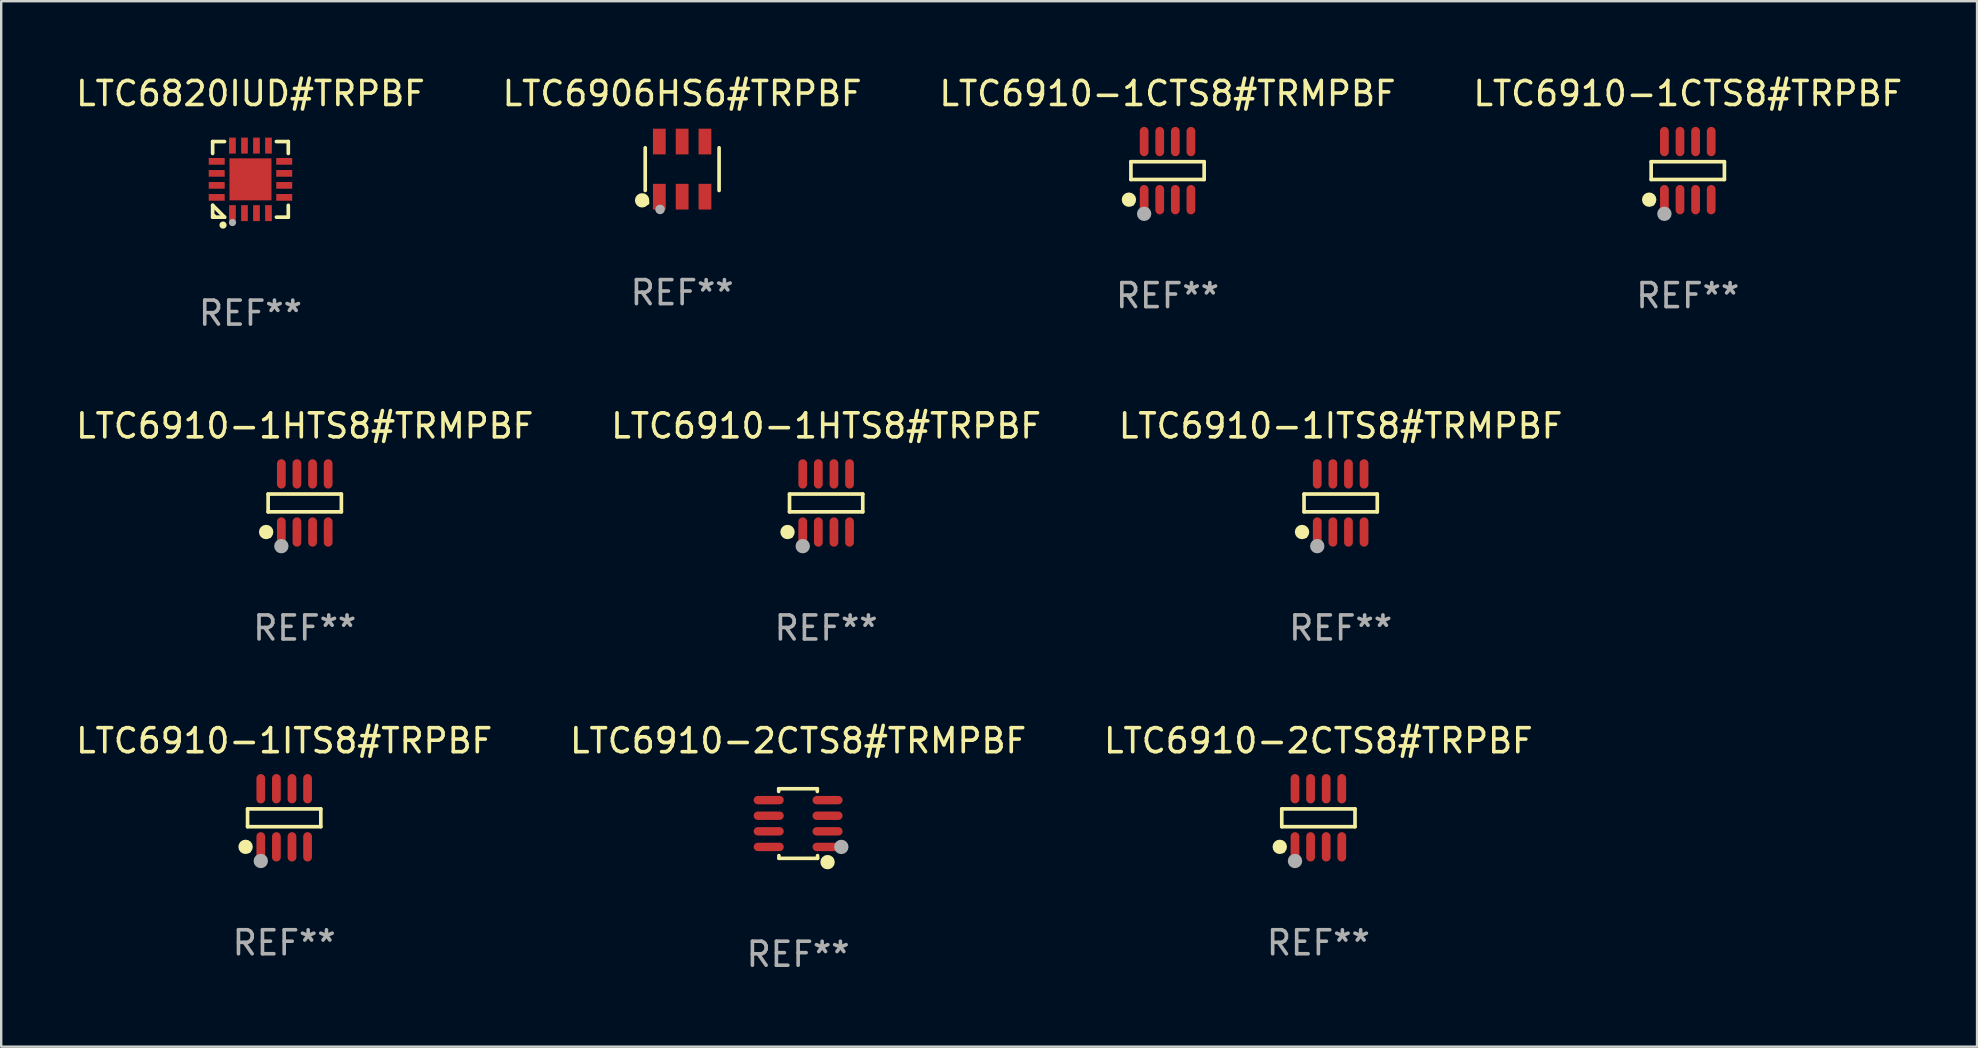
<source format=kicad_pcb>
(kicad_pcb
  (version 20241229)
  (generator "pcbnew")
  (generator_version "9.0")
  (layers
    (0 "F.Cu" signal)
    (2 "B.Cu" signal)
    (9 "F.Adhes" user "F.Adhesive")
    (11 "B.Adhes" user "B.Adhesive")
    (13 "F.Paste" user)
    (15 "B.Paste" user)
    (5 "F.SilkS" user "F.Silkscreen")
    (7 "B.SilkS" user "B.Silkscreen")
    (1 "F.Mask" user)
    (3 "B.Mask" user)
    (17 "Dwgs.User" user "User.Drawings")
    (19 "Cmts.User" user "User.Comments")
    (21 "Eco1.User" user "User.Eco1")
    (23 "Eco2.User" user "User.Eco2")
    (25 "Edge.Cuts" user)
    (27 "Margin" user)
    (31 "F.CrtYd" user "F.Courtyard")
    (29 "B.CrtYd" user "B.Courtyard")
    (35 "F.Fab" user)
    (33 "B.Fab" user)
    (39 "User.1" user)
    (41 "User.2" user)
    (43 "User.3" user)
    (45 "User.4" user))
  (footprint "LTC6910-2CTS8#TRMPBF"
    (layer "F.Cu")
    (at 30.208 31.266)
    (property "Reference" "LTC6910-2CTS8#TRMPBF" (at 0 -3.45 0) (layer "F.SilkS") (effects (font (size 1 1) (thickness 0.15))))
    (attr through_hole)
    (fp_line (start -0.81 -1.45) (end 0.8 -1.45) (stroke (width 0.15) (type solid)) (layer "F.SilkS"))
    (fp_line (start -0.81 -1.336) (end -0.81 -1.45) (stroke (width 0.15) (type solid)) (layer "F.SilkS"))
    (fp_line (start -0.8 1.45) (end -0.8 1.336) (stroke (width 0.15) (type solid)) (layer "F.SilkS"))
    (fp_line (start 0.8 -1.45) (end 0.8 -1.336) (stroke (width 0.15) (type solid)) (layer "F.SilkS"))
    (fp_line (start 0.81 1.336) (end 0.81 1.45) (stroke (width 0.15) (type solid)) (layer "F.SilkS"))
    (fp_line (start 0.81 1.45) (end -0.8 1.45) (stroke (width 0.15) (type solid)) (layer "F.SilkS"))
    (fp_circle (center 1.226 1.609) (end 1.376 1.609) (stroke (width 0.3) (type solid)) (fill no) (layer "F.SilkS"))
    (fp_circle (center 1.4 1.45) (end 1.43 1.45) (stroke (width 0.06) (type solid)) (fill no) (layer "F.SilkS"))
    (fp_circle (center 1.8 0.975) (end 1.95 0.975) (stroke (width 0.3) (type solid)) (fill no) (layer "F.Fab"))
    (fp_text user "REF**" (at 0 5.45 0) (layer "F.Fab") (effects (font (size 1 1) (thickness 0.15))))
    (pad "1" smd oval (at 1.226 0.975) (size 1.252 0.35) (layers "F.Cu" "F.Mask" "F.Paste"))
    (pad "2" smd oval (at 1.226 0.325) (size 1.252 0.35) (layers "F.Cu" "F.Mask" "F.Paste"))
    (pad "3" smd oval (at 1.226 -0.325) (size 1.252 0.35) (layers "F.Cu" "F.Mask" "F.Paste"))
    (pad "4" smd oval (at 1.226 -0.975) (size 1.252 0.35) (layers "F.Cu" "F.Mask" "F.Paste"))
    (pad "5" smd oval (at -1.226 -0.975) (size 1.252 0.35) (layers "F.Cu" "F.Mask" "F.Paste"))
    (pad "6" smd oval (at -1.226 -0.325) (size 1.252 0.35) (layers "F.Cu" "F.Mask" "F.Paste"))
    (pad "7" smd oval (at -1.226 0.325) (size 1.252 0.35) (layers "F.Cu" "F.Mask" "F.Paste"))
    (pad "8" smd oval (at -1.226 0.975) (size 1.252 0.35) (layers "F.Cu" "F.Mask" "F.Paste")))
  (footprint "LTC6910-1HTS8#TRPBF"
    (layer "F.Cu")
    (at 31.375 17.908)
    (property "Reference" "LTC6910-1HTS8#TRPBF" (at 0 -3.211 0) (layer "F.SilkS") (effects (font (size 1 1) (thickness 0.15))))
    (attr through_hole)
    (fp_line (start -1.526 -0.371) (end 1.526 -0.371) (stroke (width 0.152) (type solid)) (layer "F.SilkS"))
    (fp_line (start -1.526 0.371) (end -1.526 -0.371) (stroke (width 0.152) (type solid)) (layer "F.SilkS"))
    (fp_line (start 1.526 -0.371) (end 1.526 0.371) (stroke (width 0.152) (type solid)) (layer "F.SilkS"))
    (fp_line (start 1.526 0.371) (end -1.526 0.371) (stroke (width 0.152) (type solid)) (layer "F.SilkS"))
    (fp_circle (center -1.609 1.211) (end -1.459 1.211) (stroke (width 0.3) (type solid)) (fill no) (layer "F.SilkS"))
    (fp_circle (center -1.45 1.4) (end -1.42 1.4) (stroke (width 0.06) (type solid)) (fill no) (layer "F.SilkS"))
    (fp_circle (center -0.975 1.8) (end -0.825 1.8) (stroke (width 0.3) (type solid)) (fill no) (layer "F.Fab"))
    (fp_text user "REF**" (at 0 5.211 0) (layer "F.Fab") (effects (font (size 1 1) (thickness 0.15))))
    (pad "1" smd oval (at -0.975 1.211) (size 0.364 1.222) (layers "F.Cu" "F.Mask" "F.Paste"))
    (pad "2" smd oval (at -0.325 1.211) (size 0.364 1.222) (layers "F.Cu" "F.Mask" "F.Paste"))
    (pad "3" smd oval (at 0.325 1.211) (size 0.364 1.222) (layers "F.Cu" "F.Mask" "F.Paste"))
    (pad "4" smd oval (at 0.975 1.211) (size 0.364 1.222) (layers "F.Cu" "F.Mask" "F.Paste"))
    (pad "5" smd oval (at 0.975 -1.211) (size 0.364 1.222) (layers "F.Cu" "F.Mask" "F.Paste"))
    (pad "6" smd oval (at 0.325 -1.211) (size 0.364 1.222) (layers "F.Cu" "F.Mask" "F.Paste"))
    (pad "7" smd oval (at -0.325 -1.211) (size 0.364 1.222) (layers "F.Cu" "F.Mask" "F.Paste"))
    (pad "8" smd oval (at -0.975 -1.211) (size 0.364 1.222) (layers "F.Cu" "F.Mask" "F.Paste")))
  (footprint "LTC6910-1ITS8#TRMPBF"
    (layer "F.Cu")
    (at 52.815 17.908)
    (property "Reference" "LTC6910-1ITS8#TRMPBF" (at 0 -3.211 0) (layer "F.SilkS") (effects (font (size 1 1) (thickness 0.15))))
    (attr through_hole)
    (fp_line (start -1.526 -0.371) (end 1.526 -0.371) (stroke (width 0.152) (type solid)) (layer "F.SilkS"))
    (fp_line (start -1.526 0.371) (end -1.526 -0.371) (stroke (width 0.152) (type solid)) (layer "F.SilkS"))
    (fp_line (start 1.526 -0.371) (end 1.526 0.371) (stroke (width 0.152) (type solid)) (layer "F.SilkS"))
    (fp_line (start 1.526 0.371) (end -1.526 0.371) (stroke (width 0.152) (type solid)) (layer "F.SilkS"))
    (fp_circle (center -1.609 1.211) (end -1.459 1.211) (stroke (width 0.3) (type solid)) (fill no) (layer "F.SilkS"))
    (fp_circle (center -1.45 1.4) (end -1.42 1.4) (stroke (width 0.06) (type solid)) (fill no) (layer "F.SilkS"))
    (fp_circle (center -0.975 1.8) (end -0.825 1.8) (stroke (width 0.3) (type solid)) (fill no) (layer "F.Fab"))
    (fp_text user "REF**" (at 0 5.211 0) (layer "F.Fab") (effects (font (size 1 1) (thickness 0.15))))
    (pad "1" smd oval (at -0.975 1.211) (size 0.364 1.222) (layers "F.Cu" "F.Mask" "F.Paste"))
    (pad "2" smd oval (at -0.325 1.211) (size 0.364 1.222) (layers "F.Cu" "F.Mask" "F.Paste"))
    (pad "3" smd oval (at 0.325 1.211) (size 0.364 1.222) (layers "F.Cu" "F.Mask" "F.Paste"))
    (pad "4" smd oval (at 0.975 1.211) (size 0.364 1.222) (layers "F.Cu" "F.Mask" "F.Paste"))
    (pad "5" smd oval (at 0.975 -1.211) (size 0.364 1.222) (layers "F.Cu" "F.Mask" "F.Paste"))
    (pad "6" smd oval (at 0.325 -1.211) (size 0.364 1.222) (layers "F.Cu" "F.Mask" "F.Paste"))
    (pad "7" smd oval (at -0.325 -1.211) (size 0.364 1.222) (layers "F.Cu" "F.Mask" "F.Paste"))
    (pad "8" smd oval (at -0.975 -1.211) (size 0.364 1.222) (layers "F.Cu" "F.Mask" "F.Paste")))
  (footprint "LTC6906HS6#TRPBF"
    (layer "F.Cu")
    (at 25.375 3.997)
    (property "Reference" "LTC6906HS6#TRPBF" (at 0 -3.149 0) (layer "F.SilkS") (effects (font (size 1 1) (thickness 0.15))))
    (attr through_hole)
    (fp_line (start -1.539 0.889) (end -1.539 -0.889) (stroke (width 0.152) (type solid)) (layer "F.SilkS"))
    (fp_line (start 1.539 0.889) (end 1.539 -0.889) (stroke (width 0.152) (type solid)) (layer "F.SilkS"))
    (fp_circle (center -1.668 1.301) (end -1.518 1.301) (stroke (width 0.3) (type solid)) (fill no) (layer "F.SilkS"))
    (fp_circle (center -1.463 1.4) (end -1.413 1.4) (stroke (width 0.1) (type solid)) (fill no) (layer "F.SilkS"))
    (fp_circle (center -0.92 1.68) (end -0.82 1.68) (stroke (width 0.2) (type solid)) (fill no) (layer "F.Fab"))
    (fp_text user "REF**" (at 0 5.149 0) (layer "F.Fab") (effects (font (size 1 1) (thickness 0.15))))
    (pad "1" smd rect (at -0.95 1.149) (size 0.532 1.072) (layers "F.Cu" "F.Mask" "F.Paste"))
    (pad "2" smd rect (at 0 1.149) (size 0.532 1.072) (layers "F.Cu" "F.Mask" "F.Paste"))
    (pad "3" smd rect (at 0.95 1.149) (size 0.532 1.072) (layers "F.Cu" "F.Mask" "F.Paste"))
    (pad "4" smd rect (at 0.95 -1.149) (size 0.532 1.072) (layers "F.Cu" "F.Mask" "F.Paste"))
    (pad "5" smd rect (at 0 -1.149) (size 0.532 1.072) (layers "F.Cu" "F.Mask" "F.Paste"))
    (pad "6" smd rect (at -0.95 -1.149) (size 0.532 1.072) (layers "F.Cu" "F.Mask" "F.Paste")))
  (footprint "LTC6910-2CTS8#TRPBF"
    (layer "F.Cu")
    (at 51.887 31.027)
    (property "Reference" "LTC6910-2CTS8#TRPBF" (at 0 -3.211 0) (layer "F.SilkS") (effects (font (size 1 1) (thickness 0.15))))
    (attr through_hole)
    (fp_line (start -1.526 -0.371) (end 1.526 -0.371) (stroke (width 0.152) (type solid)) (layer "F.SilkS"))
    (fp_line (start -1.526 0.371) (end -1.526 -0.371) (stroke (width 0.152) (type solid)) (layer "F.SilkS"))
    (fp_line (start 1.526 -0.371) (end 1.526 0.371) (stroke (width 0.152) (type solid)) (layer "F.SilkS"))
    (fp_line (start 1.526 0.371) (end -1.526 0.371) (stroke (width 0.152) (type solid)) (layer "F.SilkS"))
    (fp_circle (center -1.609 1.211) (end -1.459 1.211) (stroke (width 0.3) (type solid)) (fill no) (layer "F.SilkS"))
    (fp_circle (center -1.45 1.4) (end -1.42 1.4) (stroke (width 0.06) (type solid)) (fill no) (layer "F.SilkS"))
    (fp_circle (center -0.975 1.8) (end -0.825 1.8) (stroke (width 0.3) (type solid)) (fill no) (layer "F.Fab"))
    (fp_text user "REF**" (at 0 5.211 0) (layer "F.Fab") (effects (font (size 1 1) (thickness 0.15))))
    (pad "1" smd oval (at -0.975 1.211) (size 0.364 1.222) (layers "F.Cu" "F.Mask" "F.Paste"))
    (pad "2" smd oval (at -0.325 1.211) (size 0.364 1.222) (layers "F.Cu" "F.Mask" "F.Paste"))
    (pad "3" smd oval (at 0.325 1.211) (size 0.364 1.222) (layers "F.Cu" "F.Mask" "F.Paste"))
    (pad "4" smd oval (at 0.975 1.211) (size 0.364 1.222) (layers "F.Cu" "F.Mask" "F.Paste"))
    (pad "5" smd oval (at 0.975 -1.211) (size 0.364 1.222) (layers "F.Cu" "F.Mask" "F.Paste"))
    (pad "6" smd oval (at 0.325 -1.211) (size 0.364 1.222) (layers "F.Cu" "F.Mask" "F.Paste"))
    (pad "7" smd oval (at -0.325 -1.211) (size 0.364 1.222) (layers "F.Cu" "F.Mask" "F.Paste"))
    (pad "8" smd oval (at -0.975 -1.211) (size 0.364 1.222) (layers "F.Cu" "F.Mask" "F.Paste")))
  (footprint "LTC6820IUD#TRPBF"
    (layer "F.Cu")
    (at 7.387 4.424)
    (property "Reference" "LTC6820IUD#TRPBF" (at 0 -3.576 0) (layer "F.SilkS") (effects (font (size 1 1) (thickness 0.15))))
    (attr through_hole)
    (fp_line (start -1.576 -1.576) (end -1.08 -1.576) (stroke (width 0.152) (type solid)) (layer "F.SilkS"))
    (fp_line (start -1.576 -1.08) (end -1.576 -1.576) (stroke (width 0.152) (type solid)) (layer "F.SilkS"))
    (fp_line (start -1.576 1.08) (end -1.576 1.576) (stroke (width 0.152) (type solid)) (layer "F.SilkS"))
    (fp_line (start -1.576 1.576) (end -1.08 1.576) (stroke (width 0.152) (type solid)) (layer "F.SilkS"))
    (fp_line (start -1.08 1.576) (end -1.576 1.08) (stroke (width 0.152) (type solid)) (layer "F.SilkS"))
    (fp_line (start 1.576 -1.576) (end 1.08 -1.576) (stroke (width 0.152) (type solid)) (layer "F.SilkS"))
    (fp_line (start 1.576 -1.08) (end 1.576 -1.576) (stroke (width 0.152) (type solid)) (layer "F.SilkS"))
    (fp_line (start 1.576 1.08) (end 1.576 1.576) (stroke (width 0.152) (type solid)) (layer "F.SilkS"))
    (fp_line (start 1.576 1.576) (end 1.08 1.576) (stroke (width 0.152) (type solid)) (layer "F.SilkS"))
    (fp_circle (center -1.5 1.5) (end -1.47 1.5) (stroke (width 0.06) (type solid)) (fill no) (layer "F.SilkS"))
    (fp_circle (center -1.143 1.905) (end -1.068 1.905) (stroke (width 0.15) (type solid)) (fill no) (layer "F.SilkS"))
    (fp_circle (center -0.75 1.8) (end -0.675 1.8) (stroke (width 0.15) (type solid)) (fill no) (layer "F.Fab"))
    (fp_text user "REF**" (at 0 5.576 0) (layer "F.Fab") (effects (font (size 1 1) (thickness 0.15))))
    (pad "1" smd rect (at -0.75 1.407) (size 0.28 0.665) (layers "F.Cu" "F.Mask" "F.Paste"))
    (pad "2" smd rect (at -0.25 1.407) (size 0.28 0.665) (layers "F.Cu" "F.Mask" "F.Paste"))
    (pad "3" smd rect (at 0.25 1.407) (size 0.28 0.665) (layers "F.Cu" "F.Mask" "F.Paste"))
    (pad "4" smd rect (at 0.75 1.407) (size 0.28 0.665) (layers "F.Cu" "F.Mask" "F.Paste"))
    (pad "5" smd rect (at 1.407 0.75) (size 0.665 0.28) (layers "F.Cu" "F.Mask" "F.Paste"))
    (pad "6" smd rect (at 1.407 0.25) (size 0.665 0.28) (layers "F.Cu" "F.Mask" "F.Paste"))
    (pad "7" smd rect (at 1.407 -0.25) (size 0.665 0.28) (layers "F.Cu" "F.Mask" "F.Paste"))
    (pad "8" smd rect (at 1.407 -0.75) (size 0.665 0.28) (layers "F.Cu" "F.Mask" "F.Paste"))
    (pad "9" smd rect (at 0.75 -1.407) (size 0.28 0.665) (layers "F.Cu" "F.Mask" "F.Paste"))
    (pad "10" smd rect (at 0.25 -1.407) (size 0.28 0.665) (layers "F.Cu" "F.Mask" "F.Paste"))
    (pad "11" smd rect (at -0.25 -1.407) (size 0.28 0.665) (layers "F.Cu" "F.Mask" "F.Paste"))
    (pad "12" smd rect (at -0.75 -1.407) (size 0.28 0.665) (layers "F.Cu" "F.Mask" "F.Paste"))
    (pad "13" smd rect (at -1.407 -0.75) (size 0.665 0.28) (layers "F.Cu" "F.Mask" "F.Paste"))
    (pad "14" smd rect (at -1.407 -0.25) (size 0.665 0.28) (layers "F.Cu" "F.Mask" "F.Paste"))
    (pad "15" smd rect (at -1.407 0.25) (size 0.665 0.28) (layers "F.Cu" "F.Mask" "F.Paste"))
    (pad "16" smd rect (at -1.407 0.75) (size 0.665 0.28) (layers "F.Cu" "F.Mask" "F.Paste"))
    (pad "17" smd rect (at 0 0) (size 1.75 1.75) (layers "F.Cu" "F.Mask" "F.Paste")))
  (footprint "LTC6910-1CTS8#TRMPBF"
    (layer "F.Cu")
    (at 45.601 4.059)
    (property "Reference" "LTC6910-1CTS8#TRMPBF" (at 0 -3.211 0) (layer "F.SilkS") (effects (font (size 1 1) (thickness 0.15))))
    (attr through_hole)
    (fp_line (start -1.526 -0.371) (end 1.526 -0.371) (stroke (width 0.152) (type solid)) (layer "F.SilkS"))
    (fp_line (start -1.526 0.371) (end -1.526 -0.371) (stroke (width 0.152) (type solid)) (layer "F.SilkS"))
    (fp_line (start 1.526 -0.371) (end 1.526 0.371) (stroke (width 0.152) (type solid)) (layer "F.SilkS"))
    (fp_line (start 1.526 0.371) (end -1.526 0.371) (stroke (width 0.152) (type solid)) (layer "F.SilkS"))
    (fp_circle (center -1.609 1.211) (end -1.459 1.211) (stroke (width 0.3) (type solid)) (fill no) (layer "F.SilkS"))
    (fp_circle (center -1.45 1.4) (end -1.42 1.4) (stroke (width 0.06) (type solid)) (fill no) (layer "F.SilkS"))
    (fp_circle (center -0.975 1.8) (end -0.825 1.8) (stroke (width 0.3) (type solid)) (fill no) (layer "F.Fab"))
    (fp_text user "REF**" (at 0 5.211 0) (layer "F.Fab") (effects (font (size 1 1) (thickness 0.15))))
    (pad "1" smd oval (at -0.975 1.211) (size 0.364 1.222) (layers "F.Cu" "F.Mask" "F.Paste"))
    (pad "2" smd oval (at -0.325 1.211) (size 0.364 1.222) (layers "F.Cu" "F.Mask" "F.Paste"))
    (pad "3" smd oval (at 0.325 1.211) (size 0.364 1.222) (layers "F.Cu" "F.Mask" "F.Paste"))
    (pad "4" smd oval (at 0.975 1.211) (size 0.364 1.222) (layers "F.Cu" "F.Mask" "F.Paste"))
    (pad "5" smd oval (at 0.975 -1.211) (size 0.364 1.222) (layers "F.Cu" "F.Mask" "F.Paste"))
    (pad "6" smd oval (at 0.325 -1.211) (size 0.364 1.222) (layers "F.Cu" "F.Mask" "F.Paste"))
    (pad "7" smd oval (at -0.325 -1.211) (size 0.364 1.222) (layers "F.Cu" "F.Mask" "F.Paste"))
    (pad "8" smd oval (at -0.975 -1.211) (size 0.364 1.222) (layers "F.Cu" "F.Mask" "F.Paste")))
  (footprint "LTC6910-1HTS8#TRMPBF"
    (layer "F.Cu")
    (at 9.649 17.908)
    (property "Reference" "LTC6910-1HTS8#TRMPBF" (at 0 -3.211 0) (layer "F.SilkS") (effects (font (size 1 1) (thickness 0.15))))
    (attr through_hole)
    (fp_line (start -1.526 -0.371) (end 1.526 -0.371) (stroke (width 0.152) (type solid)) (layer "F.SilkS"))
    (fp_line (start -1.526 0.371) (end -1.526 -0.371) (stroke (width 0.152) (type solid)) (layer "F.SilkS"))
    (fp_line (start 1.526 -0.371) (end 1.526 0.371) (stroke (width 0.152) (type solid)) (layer "F.SilkS"))
    (fp_line (start 1.526 0.371) (end -1.526 0.371) (stroke (width 0.152) (type solid)) (layer "F.SilkS"))
    (fp_circle (center -1.609 1.211) (end -1.459 1.211) (stroke (width 0.3) (type solid)) (fill no) (layer "F.SilkS"))
    (fp_circle (center -1.45 1.4) (end -1.42 1.4) (stroke (width 0.06) (type solid)) (fill no) (layer "F.SilkS"))
    (fp_circle (center -0.975 1.8) (end -0.825 1.8) (stroke (width 0.3) (type solid)) (fill no) (layer "F.Fab"))
    (fp_text user "REF**" (at 0 5.211 0) (layer "F.Fab") (effects (font (size 1 1) (thickness 0.15))))
    (pad "1" smd oval (at -0.975 1.211) (size 0.364 1.222) (layers "F.Cu" "F.Mask" "F.Paste"))
    (pad "2" smd oval (at -0.325 1.211) (size 0.364 1.222) (layers "F.Cu" "F.Mask" "F.Paste"))
    (pad "3" smd oval (at 0.325 1.211) (size 0.364 1.222) (layers "F.Cu" "F.Mask" "F.Paste"))
    (pad "4" smd oval (at 0.975 1.211) (size 0.364 1.222) (layers "F.Cu" "F.Mask" "F.Paste"))
    (pad "5" smd oval (at 0.975 -1.211) (size 0.364 1.222) (layers "F.Cu" "F.Mask" "F.Paste"))
    (pad "6" smd oval (at 0.325 -1.211) (size 0.364 1.222) (layers "F.Cu" "F.Mask" "F.Paste"))
    (pad "7" smd oval (at -0.325 -1.211) (size 0.364 1.222) (layers "F.Cu" "F.Mask" "F.Paste"))
    (pad "8" smd oval (at -0.975 -1.211) (size 0.364 1.222) (layers "F.Cu" "F.Mask" "F.Paste")))
  (footprint "LTC6910-1ITS8#TRPBF"
    (layer "F.Cu")
    (at 8.792 31.027)
    (property "Reference" "LTC6910-1ITS8#TRPBF" (at 0 -3.211 0) (layer "F.SilkS") (effects (font (size 1 1) (thickness 0.15))))
    (attr through_hole)
    (fp_line (start -1.526 -0.371) (end 1.526 -0.371) (stroke (width 0.152) (type solid)) (layer "F.SilkS"))
    (fp_line (start -1.526 0.371) (end -1.526 -0.371) (stroke (width 0.152) (type solid)) (layer "F.SilkS"))
    (fp_line (start 1.526 -0.371) (end 1.526 0.371) (stroke (width 0.152) (type solid)) (layer "F.SilkS"))
    (fp_line (start 1.526 0.371) (end -1.526 0.371) (stroke (width 0.152) (type solid)) (layer "F.SilkS"))
    (fp_circle (center -1.609 1.211) (end -1.459 1.211) (stroke (width 0.3) (type solid)) (fill no) (layer "F.SilkS"))
    (fp_circle (center -1.45 1.4) (end -1.42 1.4) (stroke (width 0.06) (type solid)) (fill no) (layer "F.SilkS"))
    (fp_circle (center -0.975 1.8) (end -0.825 1.8) (stroke (width 0.3) (type solid)) (fill no) (layer "F.Fab"))
    (fp_text user "REF**" (at 0 5.211 0) (layer "F.Fab") (effects (font (size 1 1) (thickness 0.15))))
    (pad "1" smd oval (at -0.975 1.211) (size 0.364 1.222) (layers "F.Cu" "F.Mask" "F.Paste"))
    (pad "2" smd oval (at -0.325 1.211) (size 0.364 1.222) (layers "F.Cu" "F.Mask" "F.Paste"))
    (pad "3" smd oval (at 0.325 1.211) (size 0.364 1.222) (layers "F.Cu" "F.Mask" "F.Paste"))
    (pad "4" smd oval (at 0.975 1.211) (size 0.364 1.222) (layers "F.Cu" "F.Mask" "F.Paste"))
    (pad "5" smd oval (at 0.975 -1.211) (size 0.364 1.222) (layers "F.Cu" "F.Mask" "F.Paste"))
    (pad "6" smd oval (at 0.325 -1.211) (size 0.364 1.222) (layers "F.Cu" "F.Mask" "F.Paste"))
    (pad "7" smd oval (at -0.325 -1.211) (size 0.364 1.222) (layers "F.Cu" "F.Mask" "F.Paste"))
    (pad "8" smd oval (at -0.975 -1.211) (size 0.364 1.222) (layers "F.Cu" "F.Mask" "F.Paste")))
  (footprint "LTC6910-1CTS8#TRPBF"
    (layer "F.Cu")
    (at 67.28 4.059)
    (property "Reference" "LTC6910-1CTS8#TRPBF" (at 0 -3.211 0) (layer "F.SilkS") (effects (font (size 1 1) (thickness 0.15))))
    (attr through_hole)
    (fp_line (start -1.526 -0.371) (end 1.526 -0.371) (stroke (width 0.152) (type solid)) (layer "F.SilkS"))
    (fp_line (start -1.526 0.371) (end -1.526 -0.371) (stroke (width 0.152) (type solid)) (layer "F.SilkS"))
    (fp_line (start 1.526 -0.371) (end 1.526 0.371) (stroke (width 0.152) (type solid)) (layer "F.SilkS"))
    (fp_line (start 1.526 0.371) (end -1.526 0.371) (stroke (width 0.152) (type solid)) (layer "F.SilkS"))
    (fp_circle (center -1.609 1.211) (end -1.459 1.211) (stroke (width 0.3) (type solid)) (fill no) (layer "F.SilkS"))
    (fp_circle (center -1.45 1.4) (end -1.42 1.4) (stroke (width 0.06) (type solid)) (fill no) (layer "F.SilkS"))
    (fp_circle (center -0.975 1.8) (end -0.825 1.8) (stroke (width 0.3) (type solid)) (fill no) (layer "F.Fab"))
    (fp_text user "REF**" (at 0 5.211 0) (layer "F.Fab") (effects (font (size 1 1) (thickness 0.15))))
    (pad "1" smd oval (at -0.975 1.211) (size 0.364 1.222) (layers "F.Cu" "F.Mask" "F.Paste"))
    (pad "2" smd oval (at -0.325 1.211) (size 0.364 1.222) (layers "F.Cu" "F.Mask" "F.Paste"))
    (pad "3" smd oval (at 0.325 1.211) (size 0.364 1.222) (layers "F.Cu" "F.Mask" "F.Paste"))
    (pad "4" smd oval (at 0.975 1.211) (size 0.364 1.222) (layers "F.Cu" "F.Mask" "F.Paste"))
    (pad "5" smd oval (at 0.975 -1.211) (size 0.364 1.222) (layers "F.Cu" "F.Mask" "F.Paste"))
    (pad "6" smd oval (at 0.325 -1.211) (size 0.364 1.222) (layers "F.Cu" "F.Mask" "F.Paste"))
    (pad "7" smd oval (at -0.325 -1.211) (size 0.364 1.222) (layers "F.Cu" "F.Mask" "F.Paste"))
    (pad "8" smd oval (at -0.975 -1.211) (size 0.364 1.222) (layers "F.Cu" "F.Mask" "F.Paste")))
  (gr_rect
    (start -3 -3)
    (end 79.333 40.564)
    (stroke (width 0.1) (type default))
    (fill no)
    (layer "Edge.Cuts")))
</source>
